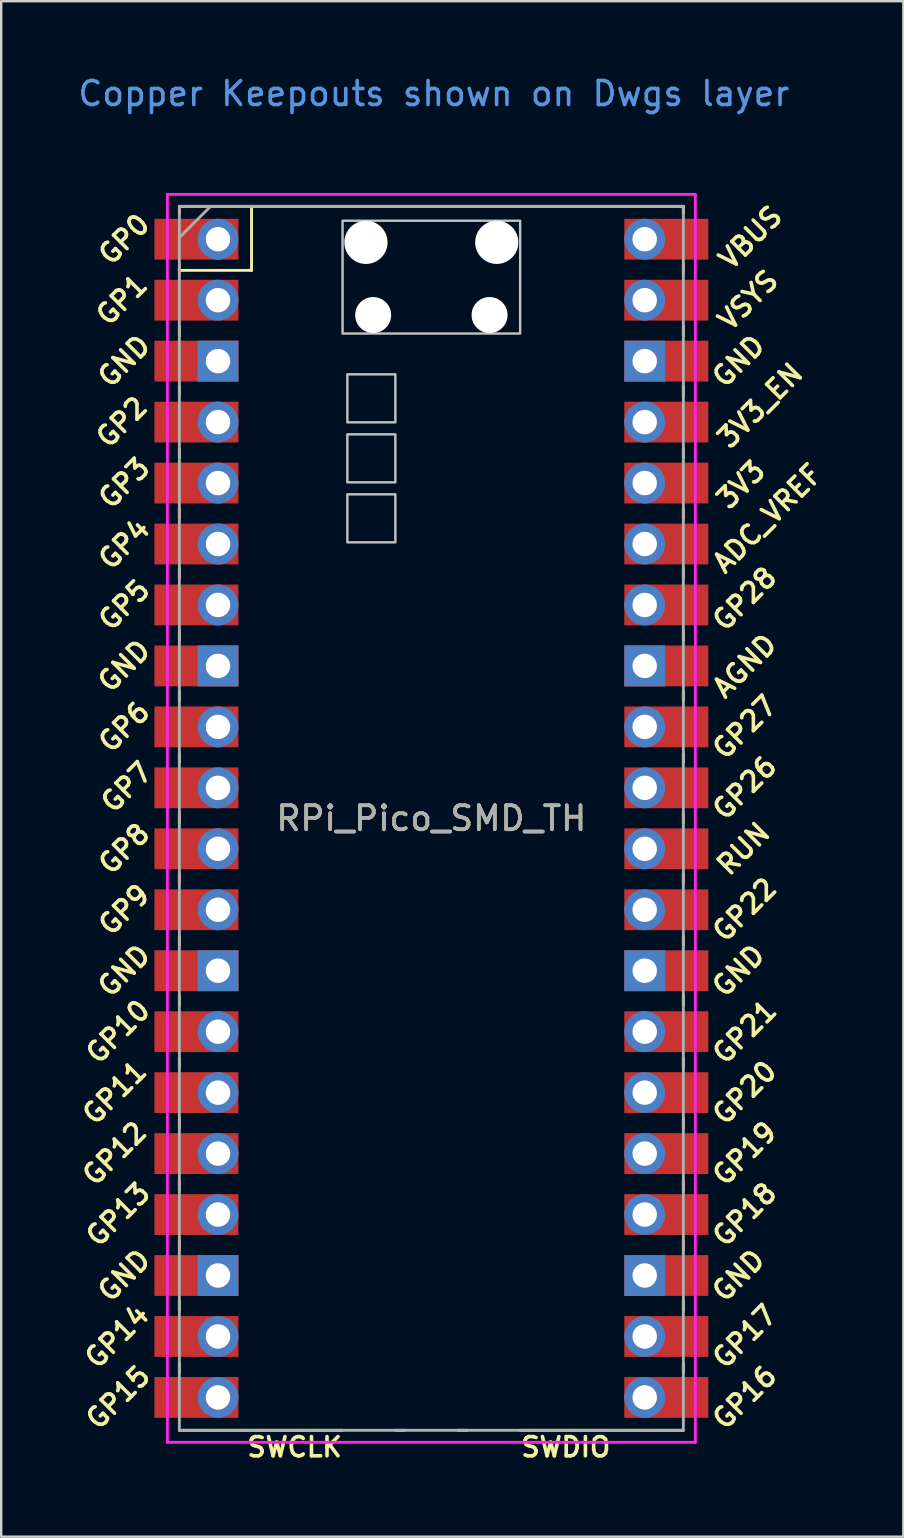
<source format=kicad_pcb>
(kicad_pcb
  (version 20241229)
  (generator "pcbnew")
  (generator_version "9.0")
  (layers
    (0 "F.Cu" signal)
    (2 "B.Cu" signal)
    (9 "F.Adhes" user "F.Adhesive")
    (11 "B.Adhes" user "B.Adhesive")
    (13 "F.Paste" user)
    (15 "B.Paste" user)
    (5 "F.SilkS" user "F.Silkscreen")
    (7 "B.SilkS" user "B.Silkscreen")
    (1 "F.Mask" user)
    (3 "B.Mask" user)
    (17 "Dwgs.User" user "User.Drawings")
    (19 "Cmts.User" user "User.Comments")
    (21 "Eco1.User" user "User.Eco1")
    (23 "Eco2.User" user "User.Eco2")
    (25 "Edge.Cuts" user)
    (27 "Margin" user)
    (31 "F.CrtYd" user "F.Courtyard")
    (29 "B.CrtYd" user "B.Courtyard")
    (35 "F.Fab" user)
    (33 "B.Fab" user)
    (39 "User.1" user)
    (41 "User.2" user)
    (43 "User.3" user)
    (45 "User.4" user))
  (footprint "RPi_Pico_SMD_TH"
    (layer "F.Cu")
    (at 14.924 31.048)
    (property "Reference" "RPi_Pico_SMD_TH" (at 0 0 0) (layer "F.SilkS") (effects (font (size 1 1) (thickness 0.15))))
    (attr through_hole)
    (fp_line (start -10.5 -25.5) (end -10.5 -25.2) (stroke (width 0.12) (type solid)) (layer "F.SilkS"))
    (fp_line (start -10.5 -25.5) (end 10.5 -25.5) (stroke (width 0.12) (type solid)) (layer "F.SilkS"))
    (fp_line (start -10.5 -23.1) (end -10.5 -22.7) (stroke (width 0.12) (type solid)) (layer "F.SilkS"))
    (fp_line (start -10.5 -22.833) (end -7.493 -22.833) (stroke (width 0.12) (type solid)) (layer "F.SilkS"))
    (fp_line (start -10.5 -20.5) (end -10.5 -20.1) (stroke (width 0.12) (type solid)) (layer "F.SilkS"))
    (fp_line (start -10.5 -18) (end -10.5 -17.6) (stroke (width 0.12) (type solid)) (layer "F.SilkS"))
    (fp_line (start -10.5 -15.4) (end -10.5 -15) (stroke (width 0.12) (type solid)) (layer "F.SilkS"))
    (fp_line (start -10.5 -12.9) (end -10.5 -12.5) (stroke (width 0.12) (type solid)) (layer "F.SilkS"))
    (fp_line (start -10.5 -10.4) (end -10.5 -10) (stroke (width 0.12) (type solid)) (layer "F.SilkS"))
    (fp_line (start -10.5 -7.8) (end -10.5 -7.4) (stroke (width 0.12) (type solid)) (layer "F.SilkS"))
    (fp_line (start -10.5 -5.3) (end -10.5 -4.9) (stroke (width 0.12) (type solid)) (layer "F.SilkS"))
    (fp_line (start -10.5 -2.7) (end -10.5 -2.3) (stroke (width 0.12) (type solid)) (layer "F.SilkS"))
    (fp_line (start -10.5 -0.2) (end -10.5 0.2) (stroke (width 0.12) (type solid)) (layer "F.SilkS"))
    (fp_line (start -10.5 2.3) (end -10.5 2.7) (stroke (width 0.12) (type solid)) (layer "F.SilkS"))
    (fp_line (start -10.5 4.9) (end -10.5 5.3) (stroke (width 0.12) (type solid)) (layer "F.SilkS"))
    (fp_line (start -10.5 7.4) (end -10.5 7.8) (stroke (width 0.12) (type solid)) (layer "F.SilkS"))
    (fp_line (start -10.5 10) (end -10.5 10.4) (stroke (width 0.12) (type solid)) (layer "F.SilkS"))
    (fp_line (start -10.5 12.5) (end -10.5 12.9) (stroke (width 0.12) (type solid)) (layer "F.SilkS"))
    (fp_line (start -10.5 15.1) (end -10.5 15.5) (stroke (width 0.12) (type solid)) (layer "F.SilkS"))
    (fp_line (start -10.5 17.6) (end -10.5 18) (stroke (width 0.12) (type solid)) (layer "F.SilkS"))
    (fp_line (start -10.5 20.1) (end -10.5 20.5) (stroke (width 0.12) (type solid)) (layer "F.SilkS"))
    (fp_line (start -10.5 22.7) (end -10.5 23.1) (stroke (width 0.12) (type solid)) (layer "F.SilkS"))
    (fp_line (start -7.493 -22.833) (end -7.493 -25.5) (stroke (width 0.12) (type solid)) (layer "F.SilkS"))
    (fp_line (start -3.7 25.5) (end -10.5 25.5) (stroke (width 0.12) (type solid)) (layer "F.SilkS"))
    (fp_line (start -1.5 25.5) (end -1.1 25.5) (stroke (width 0.12) (type solid)) (layer "F.SilkS"))
    (fp_line (start 1.1 25.5) (end 1.5 25.5) (stroke (width 0.12) (type solid)) (layer "F.SilkS"))
    (fp_line (start 10.5 -25.5) (end 10.5 -25.2) (stroke (width 0.12) (type solid)) (layer "F.SilkS"))
    (fp_line (start 10.5 -23.1) (end 10.5 -22.7) (stroke (width 0.12) (type solid)) (layer "F.SilkS"))
    (fp_line (start 10.5 -20.5) (end 10.5 -20.1) (stroke (width 0.12) (type solid)) (layer "F.SilkS"))
    (fp_line (start 10.5 -18) (end 10.5 -17.6) (stroke (width 0.12) (type solid)) (layer "F.SilkS"))
    (fp_line (start 10.5 -15.4) (end 10.5 -15) (stroke (width 0.12) (type solid)) (layer "F.SilkS"))
    (fp_line (start 10.5 -12.9) (end 10.5 -12.5) (stroke (width 0.12) (type solid)) (layer "F.SilkS"))
    (fp_line (start 10.5 -10.4) (end 10.5 -10) (stroke (width 0.12) (type solid)) (layer "F.SilkS"))
    (fp_line (start 10.5 -7.8) (end 10.5 -7.4) (stroke (width 0.12) (type solid)) (layer "F.SilkS"))
    (fp_line (start 10.5 -5.3) (end 10.5 -4.9) (stroke (width 0.12) (type solid)) (layer "F.SilkS"))
    (fp_line (start 10.5 -2.7) (end 10.5 -2.3) (stroke (width 0.12) (type solid)) (layer "F.SilkS"))
    (fp_line (start 10.5 -0.2) (end 10.5 0.2) (stroke (width 0.12) (type solid)) (layer "F.SilkS"))
    (fp_line (start 10.5 2.3) (end 10.5 2.7) (stroke (width 0.12) (type solid)) (layer "F.SilkS"))
    (fp_line (start 10.5 4.9) (end 10.5 5.3) (stroke (width 0.12) (type solid)) (layer "F.SilkS"))
    (fp_line (start 10.5 7.4) (end 10.5 7.8) (stroke (width 0.12) (type solid)) (layer "F.SilkS"))
    (fp_line (start 10.5 10) (end 10.5 10.4) (stroke (width 0.12) (type solid)) (layer "F.SilkS"))
    (fp_line (start 10.5 12.5) (end 10.5 12.9) (stroke (width 0.12) (type solid)) (layer "F.SilkS"))
    (fp_line (start 10.5 15.1) (end 10.5 15.5) (stroke (width 0.12) (type solid)) (layer "F.SilkS"))
    (fp_line (start 10.5 17.6) (end 10.5 18) (stroke (width 0.12) (type solid)) (layer "F.SilkS"))
    (fp_line (start 10.5 20.1) (end 10.5 20.5) (stroke (width 0.12) (type solid)) (layer "F.SilkS"))
    (fp_line (start 10.5 22.7) (end 10.5 23.1) (stroke (width 0.12) (type solid)) (layer "F.SilkS"))
    (fp_line (start 10.5 25.5) (end 3.7 25.5) (stroke (width 0.12) (type solid)) (layer "F.SilkS"))
    (fp_poly (pts (xy -1.5 -16.5) (xy -3.5 -16.5) (xy -3.5 -18.5) (xy -1.5 -18.5)) (stroke (width 0.1) (type solid)) (fill no) (layer "Dwgs.User"))
    (fp_poly (pts (xy -1.5 -14) (xy -3.5 -14) (xy -3.5 -16) (xy -1.5 -16)) (stroke (width 0.1) (type solid)) (fill no) (layer "Dwgs.User"))
    (fp_poly (pts (xy -1.5 -11.5) (xy -3.5 -11.5) (xy -3.5 -13.5) (xy -1.5 -13.5)) (stroke (width 0.1) (type solid)) (fill no) (layer "Dwgs.User"))
    (fp_poly (pts (xy 3.7 -20.2) (xy -3.7 -20.2) (xy -3.7 -24.9) (xy 3.7 -24.9)) (stroke (width 0.1) (type solid)) (fill no) (layer "Dwgs.User"))
    (fp_line (start -11 -26) (end 11 -26) (stroke (width 0.12) (type solid)) (layer "F.CrtYd"))
    (fp_line (start -11 26) (end -11 -26) (stroke (width 0.12) (type solid)) (layer "F.CrtYd"))
    (fp_line (start 11 -26) (end 11 26) (stroke (width 0.12) (type solid)) (layer "F.CrtYd"))
    (fp_line (start 11 26) (end -11 26) (stroke (width 0.12) (type solid)) (layer "F.CrtYd"))
    (fp_line (start -10.5 -25.5) (end 10.5 -25.5) (stroke (width 0.12) (type solid)) (layer "F.Fab"))
    (fp_line (start -10.5 -24.2) (end -9.2 -25.5) (stroke (width 0.12) (type solid)) (layer "F.Fab"))
    (fp_line (start -10.5 25.5) (end -10.5 -25.5) (stroke (width 0.12) (type solid)) (layer "F.Fab"))
    (fp_line (start 10.5 -25.5) (end 10.5 25.5) (stroke (width 0.12) (type solid)) (layer "F.Fab"))
    (fp_line (start 10.5 25.5) (end -10.5 25.5) (stroke (width 0.12) (type solid)) (layer "F.Fab"))
    (fp_text user "GP26" (at 13.054 -1.27 45) (layer "F.SilkS") (effects (font (size 0.8 0.8) (thickness 0.15))))
    (fp_text user "GND" (at -12.8 -19.05 45) (layer "F.SilkS") (effects (font (size 0.8 0.8) (thickness 0.15))))
    (fp_text user "SWDIO" (at 5.6 26.2 0) (layer "F.SilkS") (effects (font (size 0.8 0.8) (thickness 0.15))))
    (fp_text user "GND" (at 12.8 -19.05 45) (layer "F.SilkS") (effects (font (size 0.8 0.8) (thickness 0.15))))
    (fp_text user "3V3_EN" (at 13.7 -17.2 45) (layer "F.SilkS") (effects (font (size 0.8 0.8) (thickness 0.15))))
    (fp_text user "GND" (at -12.8 19.05 45) (layer "F.SilkS") (effects (font (size 0.8 0.8) (thickness 0.15))))
    (fp_text user "GP19" (at 13.054 13.97 45) (layer "F.SilkS") (effects (font (size 0.8 0.8) (thickness 0.15))))
    (fp_text user "3V3" (at 12.9 -13.9 45) (layer "F.SilkS") (effects (font (size 0.8 0.8) (thickness 0.15))))
    (fp_text user "GP0" (at -12.8 -24.13 45) (layer "F.SilkS") (effects (font (size 0.8 0.8) (thickness 0.15))))
    (fp_text user "GP6" (at -12.8 -3.81 45) (layer "F.SilkS") (effects (font (size 0.8 0.8) (thickness 0.15))))
    (fp_text user "GP18" (at 13.054 16.51 45) (layer "F.SilkS") (effects (font (size 0.8 0.8) (thickness 0.15))))
    (fp_text user "GP20" (at 13.054 11.43 45) (layer "F.SilkS") (effects (font (size 0.8 0.8) (thickness 0.15))))
    (fp_text user "GP7" (at -12.7 -1.3 45) (layer "F.SilkS") (effects (font (size 0.8 0.8) (thickness 0.15))))
    (fp_text user "VBUS" (at 13.3 -24.2 45) (layer "F.SilkS") (effects (font (size 0.8 0.8) (thickness 0.15))))
    (fp_text user "GP1" (at -12.9 -21.6 45) (layer "F.SilkS") (effects (font (size 0.8 0.8) (thickness 0.15))))
    (fp_text user "VSYS" (at 13.2 -21.59 45) (layer "F.SilkS") (effects (font (size 0.8 0.8) (thickness 0.15))))
    (fp_text user "GP27" (at 13.054 -3.8 45) (layer "F.SilkS") (effects (font (size 0.8 0.8) (thickness 0.15))))
    (fp_text user "GP13" (at -13.054 16.51 45) (layer "F.SilkS") (effects (font (size 0.8 0.8) (thickness 0.15))))
    (fp_text user "GP17" (at 13.054 21.59 45) (layer "F.SilkS") (effects (font (size 0.8 0.8) (thickness 0.15))))
    (fp_text user "GP21" (at 13.054 8.9 45) (layer "F.SilkS") (effects (font (size 0.8 0.8) (thickness 0.15))))
    (fp_text user "AGND" (at 13.054 -6.35 45) (layer "F.SilkS") (effects (font (size 0.8 0.8) (thickness 0.15))))
    (fp_text user "GND" (at 12.8 6.35 45) (layer "F.SilkS") (effects (font (size 0.8 0.8) (thickness 0.15))))
    (fp_text user "GND" (at -12.8 -6.35 45) (layer "F.SilkS") (effects (font (size 0.8 0.8) (thickness 0.15))))
    (fp_text user "GP11" (at -13.2 11.43 45) (layer "F.SilkS") (effects (font (size 0.8 0.8) (thickness 0.15))))
    (fp_text user "GP4" (at -12.8 -11.43 45) (layer "F.SilkS") (effects (font (size 0.8 0.8) (thickness 0.15))))
    (fp_text user "GP15" (at -13.054 24.13 45) (layer "F.SilkS") (effects (font (size 0.8 0.8) (thickness 0.15))))
    (fp_text user "GND" (at -12.8 6.35 45) (layer "F.SilkS") (effects (font (size 0.8 0.8) (thickness 0.15))))
    (fp_text user "GP2" (at -12.9 -16.51 45) (layer "F.SilkS") (effects (font (size 0.8 0.8) (thickness 0.15))))
    (fp_text user "GP14" (at -13.1 21.59 45) (layer "F.SilkS") (effects (font (size 0.8 0.8) (thickness 0.15))))
    (fp_text user "GP3" (at -12.8 -13.97 45) (layer "F.SilkS") (effects (font (size 0.8 0.8) (thickness 0.15))))
    (fp_text user "GND" (at 12.8 19.05 45) (layer "F.SilkS") (effects (font (size 0.8 0.8) (thickness 0.15))))
    (fp_text user "GP8" (at -12.8 1.27 45) (layer "F.SilkS") (effects (font (size 0.8 0.8) (thickness 0.15))))
    (fp_text user "ADC_VREF" (at 14 -12.5 45) (layer "F.SilkS") (effects (font (size 0.8 0.8) (thickness 0.15))))
    (fp_text user "GP9" (at -12.8 3.81 45) (layer "F.SilkS") (effects (font (size 0.8 0.8) (thickness 0.15))))
    (fp_text user "GP22" (at 13.054 3.81 45) (layer "F.SilkS") (effects (font (size 0.8 0.8) (thickness 0.15))))
    (fp_text user "RUN" (at 13 1.27 45) (layer "F.SilkS") (effects (font (size 0.8 0.8) (thickness 0.15))))
    (fp_text user "SWCLK" (at -5.7 26.2 0) (layer "F.SilkS") (effects (font (size 0.8 0.8) (thickness 0.15))))
    (fp_text user "GP16" (at 13.054 24.13 45) (layer "F.SilkS") (effects (font (size 0.8 0.8) (thickness 0.15))))
    (fp_text user "GP10" (at -13.054 8.89 45) (layer "F.SilkS") (effects (font (size 0.8 0.8) (thickness 0.15))))
    (fp_text user "GP5" (at -12.8 -8.89 45) (layer "F.SilkS") (effects (font (size 0.8 0.8) (thickness 0.15))))
    (fp_text user "GP12" (at -13.2 13.97 45) (layer "F.SilkS") (effects (font (size 0.8 0.8) (thickness 0.15))))
    (fp_text user "GP28" (at 13.054 -9.144 45) (layer "F.SilkS") (effects (font (size 0.8 0.8) (thickness 0.15))))
    (fp_text user "Copper Keepouts shown on Dwgs layer" (at 0.1 -30.2 0) (layer "Cmts.User") (effects (font (size 1 1) (thickness 0.15))))
    (fp_text user "${REFERENCE}" (at 0 0 180) (layer "F.Fab") (effects (font (size 1 1) (thickness 0.15))))
    (pad "" np_thru_hole oval (at -2.725 -24) (size 1.8 1.8) (drill 1.8) (layers "*.Cu" "*.Mask"))
    (pad "" np_thru_hole oval (at -2.425 -20.97) (size 1.5 1.5) (drill 1.5) (layers "*.Cu" "*.Mask"))
    (pad "" np_thru_hole oval (at 2.425 -20.97) (size 1.5 1.5) (drill 1.5) (layers "*.Cu" "*.Mask"))
    (pad "" np_thru_hole oval (at 2.725 -24) (size 1.8 1.8) (drill 1.8) (layers "*.Cu" "*.Mask"))
    (pad "1" thru_hole oval (at -8.89 -24.13) (size 1.7 1.7) (drill 1.02) (layers "*.Cu" "*.Mask"))
    (pad "1" smd rect (at -8.89 -24.13) (size 3.5 1.7) (drill (offset -0.9 0)) (layers "F.Cu" "F.Mask"))
    (pad "2" thru_hole oval (at -8.89 -21.59) (size 1.7 1.7) (drill 1.02) (layers "*.Cu" "*.Mask"))
    (pad "2" smd rect (at -8.89 -21.59) (size 3.5 1.7) (drill (offset -0.9 0)) (layers "F.Cu" "F.Mask"))
    (pad "3" thru_hole rect (at -8.89 -19.05) (size 1.7 1.7) (drill 1.02) (layers "*.Cu" "*.Mask"))
    (pad "3" smd rect (at -8.89 -19.05) (size 3.5 1.7) (drill (offset -0.9 0)) (layers "F.Cu" "F.Mask"))
    (pad "4" thru_hole oval (at -8.89 -16.51) (size 1.7 1.7) (drill 1.02) (layers "*.Cu" "*.Mask"))
    (pad "4" smd rect (at -8.89 -16.51) (size 3.5 1.7) (drill (offset -0.9 0)) (layers "F.Cu" "F.Mask"))
    (pad "5" thru_hole oval (at -8.89 -13.97) (size 1.7 1.7) (drill 1.02) (layers "*.Cu" "*.Mask"))
    (pad "5" smd rect (at -8.89 -13.97) (size 3.5 1.7) (drill (offset -0.9 0)) (layers "F.Cu" "F.Mask"))
    (pad "6" thru_hole oval (at -8.89 -11.43) (size 1.7 1.7) (drill 1.02) (layers "*.Cu" "*.Mask"))
    (pad "6" smd rect (at -8.89 -11.43) (size 3.5 1.7) (drill (offset -0.9 0)) (layers "F.Cu" "F.Mask"))
    (pad "7" thru_hole oval (at -8.89 -8.89) (size 1.7 1.7) (drill 1.02) (layers "*.Cu" "*.Mask"))
    (pad "7" smd rect (at -8.89 -8.89) (size 3.5 1.7) (drill (offset -0.9 0)) (layers "F.Cu" "F.Mask"))
    (pad "8" thru_hole rect (at -8.89 -6.35) (size 1.7 1.7) (drill 1.02) (layers "*.Cu" "*.Mask"))
    (pad "8" smd rect (at -8.89 -6.35) (size 3.5 1.7) (drill (offset -0.9 0)) (layers "F.Cu" "F.Mask"))
    (pad "9" thru_hole oval (at -8.89 -3.81) (size 1.7 1.7) (drill 1.02) (layers "*.Cu" "*.Mask"))
    (pad "9" smd rect (at -8.89 -3.81) (size 3.5 1.7) (drill (offset -0.9 0)) (layers "F.Cu" "F.Mask"))
    (pad "10" thru_hole oval (at -8.89 -1.27) (size 1.7 1.7) (drill 1.02) (layers "*.Cu" "*.Mask"))
    (pad "10" smd rect (at -8.89 -1.27) (size 3.5 1.7) (drill (offset -0.9 0)) (layers "F.Cu" "F.Mask"))
    (pad "11" thru_hole oval (at -8.89 1.27) (size 1.7 1.7) (drill 1.02) (layers "*.Cu" "*.Mask"))
    (pad "11" smd rect (at -8.89 1.27) (size 3.5 1.7) (drill (offset -0.9 0)) (layers "F.Cu" "F.Mask"))
    (pad "12" thru_hole oval (at -8.89 3.81) (size 1.7 1.7) (drill 1.02) (layers "*.Cu" "*.Mask"))
    (pad "12" smd rect (at -8.89 3.81) (size 3.5 1.7) (drill (offset -0.9 0)) (layers "F.Cu" "F.Mask"))
    (pad "13" thru_hole rect (at -8.89 6.35) (size 1.7 1.7) (drill 1.02) (layers "*.Cu" "*.Mask"))
    (pad "13" smd rect (at -8.89 6.35) (size 3.5 1.7) (drill (offset -0.9 0)) (layers "F.Cu" "F.Mask"))
    (pad "14" thru_hole oval (at -8.89 8.89) (size 1.7 1.7) (drill 1.02) (layers "*.Cu" "*.Mask"))
    (pad "14" smd rect (at -8.89 8.89) (size 3.5 1.7) (drill (offset -0.9 0)) (layers "F.Cu" "F.Mask"))
    (pad "15" thru_hole oval (at -8.89 11.43) (size 1.7 1.7) (drill 1.02) (layers "*.Cu" "*.Mask"))
    (pad "15" smd rect (at -8.89 11.43) (size 3.5 1.7) (drill (offset -0.9 0)) (layers "F.Cu" "F.Mask"))
    (pad "16" thru_hole oval (at -8.89 13.97) (size 1.7 1.7) (drill 1.02) (layers "*.Cu" "*.Mask"))
    (pad "16" smd rect (at -8.89 13.97) (size 3.5 1.7) (drill (offset -0.9 0)) (layers "F.Cu" "F.Mask"))
    (pad "17" thru_hole oval (at -8.89 16.51) (size 1.7 1.7) (drill 1.02) (layers "*.Cu" "*.Mask"))
    (pad "17" smd rect (at -8.89 16.51) (size 3.5 1.7) (drill (offset -0.9 0)) (layers "F.Cu" "F.Mask"))
    (pad "18" thru_hole rect (at -8.89 19.05) (size 1.7 1.7) (drill 1.02) (layers "*.Cu" "*.Mask"))
    (pad "18" smd rect (at -8.89 19.05) (size 3.5 1.7) (drill (offset -0.9 0)) (layers "F.Cu" "F.Mask"))
    (pad "19" thru_hole oval (at -8.89 21.59) (size 1.7 1.7) (drill 1.02) (layers "*.Cu" "*.Mask"))
    (pad "19" smd rect (at -8.89 21.59) (size 3.5 1.7) (drill (offset -0.9 0)) (layers "F.Cu" "F.Mask"))
    (pad "20" thru_hole oval (at -8.89 24.13) (size 1.7 1.7) (drill 1.02) (layers "*.Cu" "*.Mask"))
    (pad "20" smd rect (at -8.89 24.13) (size 3.5 1.7) (drill (offset -0.9 0)) (layers "F.Cu" "F.Mask"))
    (pad "21" thru_hole oval (at 8.89 24.13) (size 1.7 1.7) (drill 1.02) (layers "*.Cu" "*.Mask"))
    (pad "21" smd rect (at 8.89 24.13) (size 3.5 1.7) (drill (offset 0.9 0)) (layers "F.Cu" "F.Mask"))
    (pad "22" thru_hole oval (at 8.89 21.59) (size 1.7 1.7) (drill 1.02) (layers "*.Cu" "*.Mask"))
    (pad "22" smd rect (at 8.89 21.59) (size 3.5 1.7) (drill (offset 0.9 0)) (layers "F.Cu" "F.Mask"))
    (pad "23" thru_hole rect (at 8.89 19.05) (size 1.7 1.7) (drill 1.02) (layers "*.Cu" "*.Mask"))
    (pad "23" smd rect (at 8.89 19.05) (size 3.5 1.7) (drill (offset 0.9 0)) (layers "F.Cu" "F.Mask"))
    (pad "24" thru_hole oval (at 8.89 16.51) (size 1.7 1.7) (drill 1.02) (layers "*.Cu" "*.Mask"))
    (pad "24" smd rect (at 8.89 16.51) (size 3.5 1.7) (drill (offset 0.9 0)) (layers "F.Cu" "F.Mask"))
    (pad "25" thru_hole oval (at 8.89 13.97) (size 1.7 1.7) (drill 1.02) (layers "*.Cu" "*.Mask"))
    (pad "25" smd rect (at 8.89 13.97) (size 3.5 1.7) (drill (offset 0.9 0)) (layers "F.Cu" "F.Mask"))
    (pad "26" thru_hole oval (at 8.89 11.43) (size 1.7 1.7) (drill 1.02) (layers "*.Cu" "*.Mask"))
    (pad "26" smd rect (at 8.89 11.43) (size 3.5 1.7) (drill (offset 0.9 0)) (layers "F.Cu" "F.Mask"))
    (pad "27" thru_hole oval (at 8.89 8.89) (size 1.7 1.7) (drill 1.02) (layers "*.Cu" "*.Mask"))
    (pad "27" smd rect (at 8.89 8.89) (size 3.5 1.7) (drill (offset 0.9 0)) (layers "F.Cu" "F.Mask"))
    (pad "28" thru_hole rect (at 8.89 6.35) (size 1.7 1.7) (drill 1.02) (layers "*.Cu" "*.Mask"))
    (pad "28" smd rect (at 8.89 6.35) (size 3.5 1.7) (drill (offset 0.9 0)) (layers "F.Cu" "F.Mask"))
    (pad "29" thru_hole oval (at 8.89 3.81) (size 1.7 1.7) (drill 1.02) (layers "*.Cu" "*.Mask"))
    (pad "29" smd rect (at 8.89 3.81) (size 3.5 1.7) (drill (offset 0.9 0)) (layers "F.Cu" "F.Mask"))
    (pad "30" thru_hole oval (at 8.89 1.27) (size 1.7 1.7) (drill 1.02) (layers "*.Cu" "*.Mask"))
    (pad "30" smd rect (at 8.89 1.27) (size 3.5 1.7) (drill (offset 0.9 0)) (layers "F.Cu" "F.Mask"))
    (pad "31" thru_hole oval (at 8.89 -1.27) (size 1.7 1.7) (drill 1.02) (layers "*.Cu" "*.Mask"))
    (pad "31" smd rect (at 8.89 -1.27) (size 3.5 1.7) (drill (offset 0.9 0)) (layers "F.Cu" "F.Mask"))
    (pad "32" thru_hole oval (at 8.89 -3.81) (size 1.7 1.7) (drill 1.02) (layers "*.Cu" "*.Mask"))
    (pad "32" smd rect (at 8.89 -3.81) (size 3.5 1.7) (drill (offset 0.9 0)) (layers "F.Cu" "F.Mask"))
    (pad "33" thru_hole rect (at 8.89 -6.35) (size 1.7 1.7) (drill 1.02) (layers "*.Cu" "*.Mask"))
    (pad "33" smd rect (at 8.89 -6.35) (size 3.5 1.7) (drill (offset 0.9 0)) (layers "F.Cu" "F.Mask"))
    (pad "34" thru_hole oval (at 8.89 -8.89) (size 1.7 1.7) (drill 1.02) (layers "*.Cu" "*.Mask"))
    (pad "34" smd rect (at 8.89 -8.89) (size 3.5 1.7) (drill (offset 0.9 0)) (layers "F.Cu" "F.Mask"))
    (pad "35" thru_hole oval (at 8.89 -11.43) (size 1.7 1.7) (drill 1.02) (layers "*.Cu" "*.Mask"))
    (pad "35" smd rect (at 8.89 -11.43) (size 3.5 1.7) (drill (offset 0.9 0)) (layers "F.Cu" "F.Mask"))
    (pad "36" thru_hole oval (at 8.89 -13.97) (size 1.7 1.7) (drill 1.02) (layers "*.Cu" "*.Mask"))
    (pad "36" smd rect (at 8.89 -13.97) (size 3.5 1.7) (drill (offset 0.9 0)) (layers "F.Cu" "F.Mask"))
    (pad "37" thru_hole oval (at 8.89 -16.51) (size 1.7 1.7) (drill 1.02) (layers "*.Cu" "*.Mask"))
    (pad "37" smd rect (at 8.89 -16.51) (size 3.5 1.7) (drill (offset 0.9 0)) (layers "F.Cu" "F.Mask"))
    (pad "38" thru_hole rect (at 8.89 -19.05) (size 1.7 1.7) (drill 1.02) (layers "*.Cu" "*.Mask"))
    (pad "38" smd rect (at 8.89 -19.05) (size 3.5 1.7) (drill (offset 0.9 0)) (layers "F.Cu" "F.Mask"))
    (pad "39" thru_hole oval (at 8.89 -21.59) (size 1.7 1.7) (drill 1.02) (layers "*.Cu" "*.Mask"))
    (pad "39" smd rect (at 8.89 -21.59) (size 3.5 1.7) (drill (offset 0.9 0)) (layers "F.Cu" "F.Mask"))
    (pad "40" thru_hole oval (at 8.89 -24.13) (size 1.7 1.7) (drill 1.02) (layers "*.Cu" "*.Mask"))
    (pad "40" smd rect (at 8.89 -24.13) (size 3.5 1.7) (drill (offset 0.9 0)) (layers "F.Cu" "F.Mask")))
  (gr_rect
    (start -3 -3)
    (end 34.591 60.98)
    (stroke (width 0.1) (type default))
    (fill no)
    (layer "Edge.Cuts")))
</source>
